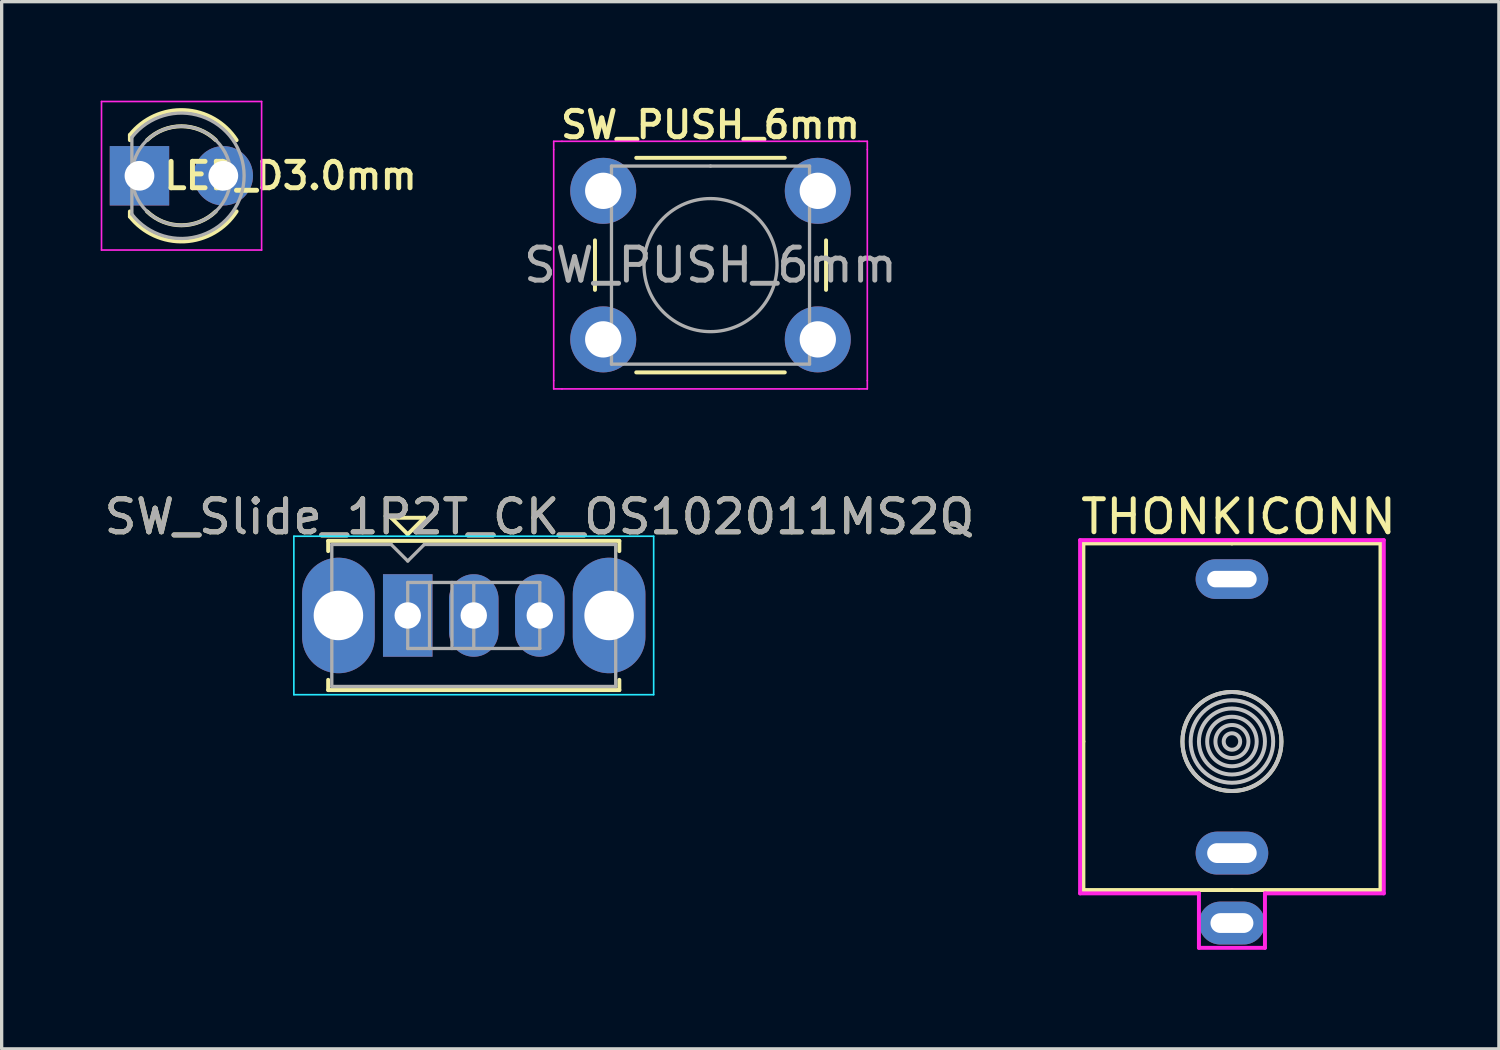
<source format=kicad_pcb>
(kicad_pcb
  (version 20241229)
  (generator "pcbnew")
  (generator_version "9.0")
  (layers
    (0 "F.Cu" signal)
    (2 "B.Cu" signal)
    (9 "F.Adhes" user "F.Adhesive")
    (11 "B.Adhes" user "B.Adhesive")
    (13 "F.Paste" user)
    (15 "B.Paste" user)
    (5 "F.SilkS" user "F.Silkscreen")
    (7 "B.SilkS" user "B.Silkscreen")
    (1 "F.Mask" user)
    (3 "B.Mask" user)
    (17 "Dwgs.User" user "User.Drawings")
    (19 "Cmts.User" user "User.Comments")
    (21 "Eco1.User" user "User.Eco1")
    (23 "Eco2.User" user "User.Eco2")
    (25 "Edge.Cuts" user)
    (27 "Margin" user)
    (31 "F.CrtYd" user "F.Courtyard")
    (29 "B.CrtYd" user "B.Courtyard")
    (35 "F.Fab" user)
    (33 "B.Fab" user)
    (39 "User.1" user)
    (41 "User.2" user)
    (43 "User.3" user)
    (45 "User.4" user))
  (footprint "SW_Slide_1P2T_CK_OS102011MS2Q"
    (layer "F.Cu")
    (at 9.302 15.595)
    (property "Reference" "SW_Slide_1P2T_CK_OS102011MS2Q" (at 3.99 -2.99 0) (layer "F.SilkS") (effects (font (size 1 1) (thickness 0.15))))
    (attr through_hole)
    (fp_line (start -2.41 -2.26) (end 6.41 -2.26) (stroke (width 0.12) (type solid)) (layer "F.SilkS"))
    (fp_line (start -2.41 -1.95) (end -2.41 -2.26) (stroke (width 0.12) (type solid)) (layer "F.SilkS"))
    (fp_line (start -2.41 2.26) (end -2.41 1.95) (stroke (width 0.12) (type solid)) (layer "F.SilkS"))
    (fp_line (start -0.5 -2.96) (end 0 -2.46) (stroke (width 0.12) (type solid)) (layer "F.SilkS"))
    (fp_line (start 0 -2.46) (end 0.5 -2.96) (stroke (width 0.12) (type solid)) (layer "F.SilkS"))
    (fp_line (start 0.5 -2.96) (end -0.5 -2.96) (stroke (width 0.12) (type solid)) (layer "F.SilkS"))
    (fp_line (start 6.41 -2.26) (end 6.41 -1.95) (stroke (width 0.12) (type solid)) (layer "F.SilkS"))
    (fp_line (start 6.41 2.26) (end -2.41 2.26) (stroke (width 0.12) (type solid)) (layer "F.SilkS"))
    (fp_line (start 6.41 2.26) (end 6.41 1.95) (stroke (width 0.12) (type solid)) (layer "F.SilkS"))
    (fp_rect (start -0.2 -1.1) (end 4.2 1.1) (stroke (width 0.1) (type default)) (fill no) (layer "Eco1.User"))
    (fp_line (start -3.45 -2.4) (end 7.45 -2.4) (stroke (width 0.05) (type solid)) (layer "B.CrtYd"))
    (fp_line (start -3.45 2.4) (end -3.45 -2.4) (stroke (width 0.05) (type solid)) (layer "B.CrtYd"))
    (fp_line (start 7.45 -2.4) (end 7.45 2.4) (stroke (width 0.05) (type solid)) (layer "B.CrtYd"))
    (fp_line (start 7.45 2.4) (end -3.45 2.4) (stroke (width 0.05) (type solid)) (layer "B.CrtYd"))
    (fp_line (start -2.3 -2.15) (end -0.5 -2.15) (stroke (width 0.1) (type solid)) (layer "F.Fab"))
    (fp_line (start -2.3 2.15) (end -2.3 -2.15) (stroke (width 0.1) (type solid)) (layer "F.Fab"))
    (fp_line (start -0.5 -2.15) (end 0 -1.65) (stroke (width 0.1) (type solid)) (layer "F.Fab"))
    (fp_line (start 0 -1.65) (end 0.5 -2.15) (stroke (width 0.1) (type solid)) (layer "F.Fab"))
    (fp_line (start 0 -1) (end 0 1) (stroke (width 0.1) (type solid)) (layer "F.Fab"))
    (fp_line (start 0 -1) (end 4 -1) (stroke (width 0.1) (type solid)) (layer "F.Fab"))
    (fp_line (start 0 1) (end 4 1) (stroke (width 0.1) (type solid)) (layer "F.Fab"))
    (fp_line (start 0.5 -2.15) (end 6.3 -2.15) (stroke (width 0.1) (type solid)) (layer "F.Fab"))
    (fp_line (start 0.66 -1) (end 0.66 1) (stroke (width 0.1) (type solid)) (layer "F.Fab"))
    (fp_line (start 1.34 -1) (end 1.34 1) (stroke (width 0.1) (type solid)) (layer "F.Fab"))
    (fp_line (start 2 -1) (end 2 1) (stroke (width 0.1) (type solid)) (layer "F.Fab"))
    (fp_line (start 4 -1) (end 4 1) (stroke (width 0.1) (type solid)) (layer "F.Fab"))
    (fp_line (start 6.3 -2.15) (end 6.3 2.15) (stroke (width 0.1) (type solid)) (layer "F.Fab"))
    (fp_line (start 6.3 2.15) (end -2.3 2.15) (stroke (width 0.1) (type solid)) (layer "F.Fab"))
    (fp_text user "${REFERENCE}" (at 3.99 -2.99 0) (layer "F.Fab") (effects (font (size 1 1) (thickness 0.15))))
    (pad "" thru_hole oval (at -2.1 0) (size 2.2 3.5) (drill 1.5) (layers "*.Cu" "*.Mask"))
    (pad "" thru_hole oval (at 6.1 0) (size 2.2 3.5) (drill 1.5) (layers "*.Cu" "*.Mask"))
    (pad "1" thru_hole rect (at 0 0) (size 1.5 2.5) (drill 0.8) (layers "*.Cu" "*.Mask"))
    (pad "2" thru_hole oval (at 2 0) (size 1.5 2.5) (drill 0.8) (layers "*.Cu" "*.Mask"))
    (pad "3" thru_hole oval (at 4 0) (size 1.5 2.5) (drill 0.8) (layers "*.Cu" "*.Mask")))
  (footprint "THONKICONN"
    (layer "F.Cu")
    (at 34.27 19.413)
    (property "Reference" "THONKICONN" (at 0.2 -6.809 0) (layer "F.SilkS") (effects (font (size 1 1) (thickness 0.15))))
    (attr through_hole)
    (fp_line (start -4.5 -6) (end -4.5 0) (stroke (width 0.12) (type solid)) (layer "F.SilkS"))
    (fp_line (start -4.5 -6) (end 0 -6) (stroke (width 0.12) (type solid)) (layer "F.SilkS"))
    (fp_line (start -4.5 0) (end -4.5 4.5) (stroke (width 0.12) (type solid)) (layer "F.SilkS"))
    (fp_line (start -4.5 4.5) (end 0 4.5) (stroke (width 0.12) (type solid)) (layer "F.SilkS"))
    (fp_line (start 0 4.5) (end 4.5 4.5) (stroke (width 0.12) (type solid)) (layer "F.SilkS"))
    (fp_line (start 4.5 -6) (end 0 -6) (stroke (width 0.12) (type solid)) (layer "F.SilkS"))
    (fp_line (start 4.5 4.5) (end 4.5 -6) (stroke (width 0.12) (type solid)) (layer "F.SilkS"))
    (fp_circle (center 0 0) (end -1.5 0) (stroke (width 0.12) (type solid)) (fill no) (layer "F.SilkS"))
    (fp_circle (center 0 0) (end -1.5 0) (stroke (width 0.12) (type solid)) (fill no) (layer "Dwgs.User"))
    (fp_circle (center 0 0) (end -1.25 0) (stroke (width 0.12) (type solid)) (fill no) (layer "Dwgs.User"))
    (fp_circle (center 0 0) (end -1 0) (stroke (width 0.12) (type solid)) (fill no) (layer "Dwgs.User"))
    (fp_circle (center 0 0) (end -0.75 0) (stroke (width 0.12) (type solid)) (fill no) (layer "Dwgs.User"))
    (fp_circle (center 0 0) (end -0.5 0) (stroke (width 0.12) (type solid)) (fill no) (layer "Dwgs.User"))
    (fp_circle (center 0 0) (end -0.25 0) (stroke (width 0.12) (type solid)) (fill no) (layer "Dwgs.User"))
    (fp_circle (center 0 0) (end 3.1 0) (stroke (width 0.1) (type default)) (fill no) (layer "Eco1.User"))
    (fp_line (start -4.6 -6.1) (end 4.6 -6.1) (stroke (width 0.12) (type solid)) (layer "F.CrtYd"))
    (fp_line (start -4.6 4.6) (end -4.6 -6.1) (stroke (width 0.12) (type solid)) (layer "F.CrtYd"))
    (fp_line (start -4.6 4.6) (end -1 4.6) (stroke (width 0.12) (type solid)) (layer "F.CrtYd"))
    (fp_line (start -1 4.6) (end -1 6.25) (stroke (width 0.12) (type solid)) (layer "F.CrtYd"))
    (fp_line (start -1 6.25) (end 1 6.25) (stroke (width 0.12) (type solid)) (layer "F.CrtYd"))
    (fp_line (start 1 4.6) (end 4.6 4.6) (stroke (width 0.12) (type solid)) (layer "F.CrtYd"))
    (fp_line (start 1 6.25) (end 1 4.6) (stroke (width 0.12) (type solid)) (layer "F.CrtYd"))
    (fp_line (start 4.6 -6.1) (end 4.6 4.6) (stroke (width 0.12) (type solid)) (layer "F.CrtYd"))
    (pad "S" thru_hole oval (at 0 5.5) (size 2 1.3) (drill oval 1.3 0.6) (layers "*.Cu" "*.Mask"))
    (pad "T" thru_hole oval (at 0 -4.92) (size 2.2 1.2) (drill oval 1.5 0.5) (layers "*.Cu" "*.Mask"))
    (pad "TN" thru_hole oval (at 0 3.38) (size 2.2 1.3) (drill oval 1.5 0.6) (layers "*.Cu" "*.Mask")))
  (footprint "SW_PUSH_6mm"
    (layer "F.Cu")
    (at 15.224 2.731)
    (property "Reference" "SW_PUSH_6mm" (at 3.25 -2 0) (layer "F.SilkS") (effects (font (size 0.8 0.8) (thickness 0.15))))
    (attr through_hole)
    (fp_line (start -0.25 1.5) (end -0.25 3) (stroke (width 0.12) (type solid)) (layer "F.SilkS"))
    (fp_line (start 1 5.5) (end 5.5 5.5) (stroke (width 0.12) (type solid)) (layer "F.SilkS"))
    (fp_line (start 5.5 -1) (end 1 -1) (stroke (width 0.12) (type solid)) (layer "F.SilkS"))
    (fp_line (start 6.75 3) (end 6.75 1.5) (stroke (width 0.12) (type solid)) (layer "F.SilkS"))
    (fp_circle (center 3.25 2.25) (end 5.85 2.25) (stroke (width 0.1) (type default)) (fill no) (layer "Eco1.User"))
    (fp_line (start -1.5 -1.5) (end -1.25 -1.5) (stroke (width 0.05) (type solid)) (layer "F.CrtYd"))
    (fp_line (start -1.5 -1.25) (end -1.5 -1.5) (stroke (width 0.05) (type solid)) (layer "F.CrtYd"))
    (fp_line (start -1.5 5.75) (end -1.5 -1.25) (stroke (width 0.05) (type solid)) (layer "F.CrtYd"))
    (fp_line (start -1.5 5.75) (end -1.5 6) (stroke (width 0.05) (type solid)) (layer "F.CrtYd"))
    (fp_line (start -1.5 6) (end -1.25 6) (stroke (width 0.05) (type solid)) (layer "F.CrtYd"))
    (fp_line (start -1.25 -1.5) (end 7.75 -1.5) (stroke (width 0.05) (type solid)) (layer "F.CrtYd"))
    (fp_line (start 7.75 -1.5) (end 8 -1.5) (stroke (width 0.05) (type solid)) (layer "F.CrtYd"))
    (fp_line (start 7.75 6) (end -1.25 6) (stroke (width 0.05) (type solid)) (layer "F.CrtYd"))
    (fp_line (start 7.75 6) (end 8 6) (stroke (width 0.05) (type solid)) (layer "F.CrtYd"))
    (fp_line (start 8 -1.5) (end 8 -1.25) (stroke (width 0.05) (type solid)) (layer "F.CrtYd"))
    (fp_line (start 8 -1.25) (end 8 5.75) (stroke (width 0.05) (type solid)) (layer "F.CrtYd"))
    (fp_line (start 8 6) (end 8 5.75) (stroke (width 0.05) (type solid)) (layer "F.CrtYd"))
    (fp_line (start 0.25 -0.75) (end 3.25 -0.75) (stroke (width 0.1) (type solid)) (layer "F.Fab"))
    (fp_line (start 0.25 5.25) (end 0.25 -0.75) (stroke (width 0.1) (type solid)) (layer "F.Fab"))
    (fp_line (start 3.25 -0.75) (end 6.25 -0.75) (stroke (width 0.1) (type solid)) (layer "F.Fab"))
    (fp_line (start 6.25 -0.75) (end 6.25 5.25) (stroke (width 0.1) (type solid)) (layer "F.Fab"))
    (fp_line (start 6.25 5.25) (end 0.25 5.25) (stroke (width 0.1) (type solid)) (layer "F.Fab"))
    (fp_circle (center 3.25 2.25) (end 1.25 2.5) (stroke (width 0.1) (type solid)) (fill no) (layer "F.Fab"))
    (fp_text user "${REFERENCE}" (at 3.25 2.25 0) (layer "F.Fab") (effects (font (size 1 1) (thickness 0.15))))
    (pad "1" thru_hole circle (at 0 0 90) (size 2 2) (drill 1.1) (layers "*.Cu" "*.Mask"))
    (pad "1" thru_hole circle (at 6.5 0 90) (size 2 2) (drill 1.1) (layers "*.Cu" "*.Mask"))
    (pad "2" thru_hole circle (at 0 4.5 90) (size 2 2) (drill 1.1) (layers "*.Cu" "*.Mask"))
    (pad "2" thru_hole circle (at 6.5 4.5 90) (size 2 2) (drill 1.1) (layers "*.Cu" "*.Mask")))
  (footprint "LED_D3.0mm"
    (layer "F.Cu")
    (at 1.175 2.275)
    (property "Reference" "LED_D3.0mm" (at 4.577 0 0) (layer "F.SilkS") (effects (font (size 0.8 0.8) (thickness 0.15))))
    (attr through_hole)
    (fp_line (start -0.29 -1.236) (end -0.29 -1.08) (stroke (width 0.12) (type solid)) (layer "F.SilkS"))
    (fp_line (start -0.29 1.08) (end -0.29 1.236) (stroke (width 0.12) (type solid)) (layer "F.SilkS"))
    (fp_arc (start -0.29 -1.235516) (mid 1.366487 -1.987659) (end 2.942335 -1.078608) (stroke (width 0.12) (type solid)) (layer "F.SilkS"))
    (fp_arc (start 0.229039 -1.08) (mid 1.270117 -1.5) (end 2.31113 -1.079837) (stroke (width 0.12) (type solid)) (layer "F.SilkS"))
    (fp_arc (start 2.31113 1.079837) (mid 1.270117 1.5) (end 0.229039 1.08) (stroke (width 0.12) (type solid)) (layer "F.SilkS"))
    (fp_arc (start 2.942335 1.078608) (mid 1.366487 1.987659) (end -0.29 1.235516) (stroke (width 0.12) (type solid)) (layer "F.SilkS"))
    (fp_circle (center 1.275 0) (end 2.875 0) (stroke (width 0.1) (type default)) (fill no) (layer "Eco1.User"))
    (fp_line (start -1.15 -2.25) (end -1.15 2.25) (stroke (width 0.05) (type solid)) (layer "F.CrtYd"))
    (fp_line (start -1.15 2.25) (end 3.7 2.25) (stroke (width 0.05) (type solid)) (layer "F.CrtYd"))
    (fp_line (start 3.7 -2.25) (end -1.15 -2.25) (stroke (width 0.05) (type solid)) (layer "F.CrtYd"))
    (fp_line (start 3.7 2.25) (end 3.7 -2.25) (stroke (width 0.05) (type solid)) (layer "F.CrtYd"))
    (fp_line (start -0.23 -1.166) (end -0.23 1.166) (stroke (width 0.1) (type solid)) (layer "F.Fab"))
    (fp_arc (start -0.23 -1.16619) (mid 3.17 0.000452) (end -0.230555 1.165476) (stroke (width 0.1) (type solid)) (layer "F.Fab"))
    (fp_circle (center 1.27 0) (end 2.77 0) (stroke (width 0.1) (type solid)) (fill no) (layer "F.Fab"))
    (pad "1" thru_hole rect (at 0 0) (size 1.8 1.8) (drill 0.9) (layers "*.Cu" "*.Mask"))
    (pad "2" thru_hole circle (at 2.54 0) (size 1.8 1.8) (drill 0.9) (layers "*.Cu" "*.Mask")))
  (gr_rect
    (start -3 -3)
    (end 42.357 28.724)
    (stroke (width 0.1) (type default))
    (fill no)
    (layer "Edge.Cuts")))
</source>
